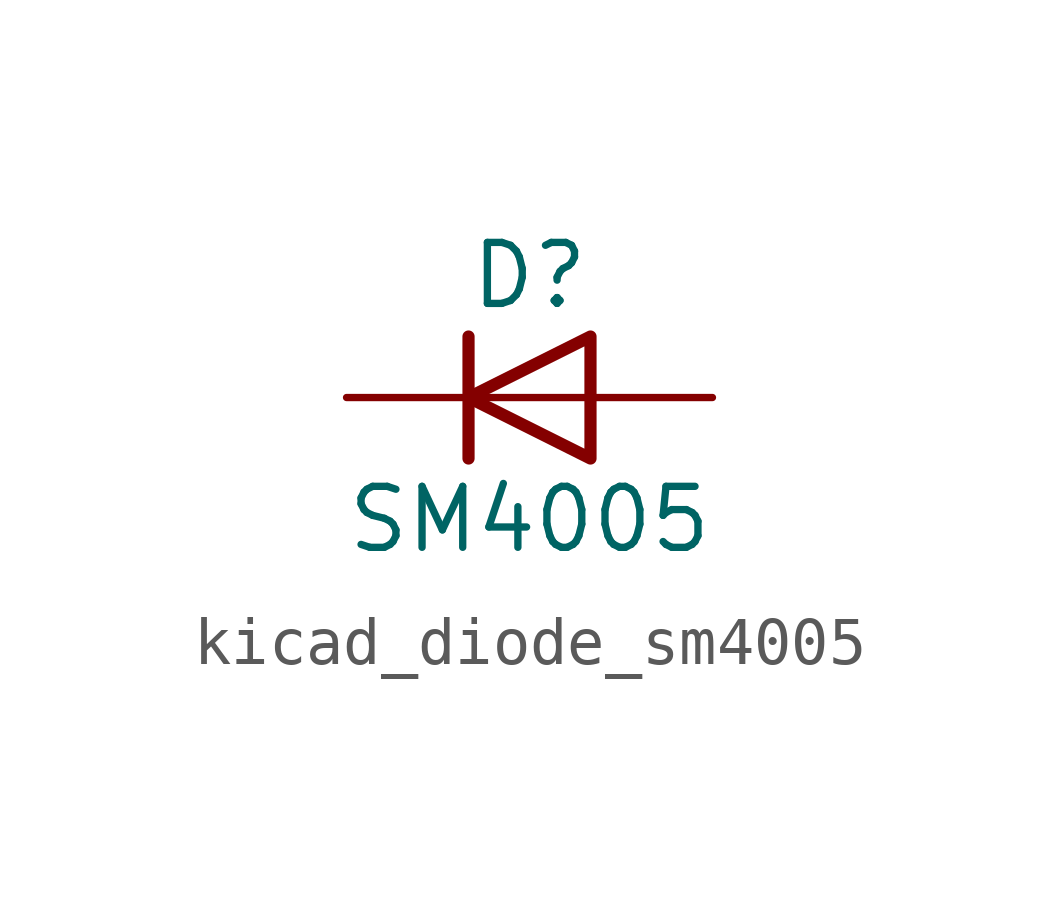
<source format=kicad_sym>
(kicad_symbol_lib
  (version 20220914)
  (generator kicad_symbol_editor)
  (symbol "kicad_diode_sm4005"
    (pin_numbers hide)
    (pin_names hide)
    (property "Reference" "D"
      (at 0 2.54 0)
      (effects (font (size 1.27 1.27))))
    (property "Value" "SM4005"
      (at 0 -2.54 0)
      (effects (font (size 1.27 1.27))))
    (symbol "kicad_diode_sm4005_0_1"
      (polyline (pts (xy -1.27 1.27) (xy -1.27 -1.27)) (stroke (width 0.254) (type default)) (fill (type none)))
      (polyline (pts (xy 1.27 0) (xy -1.27 0)) (stroke (width 0) (type default)) (fill (type none)))
      (polyline (pts (xy 1.27 1.27) (xy 1.27 -1.27) (xy -1.27 0) (xy 1.27 1.27)) (stroke (width 0.254) (type default)) (fill (type none))))
    (symbol "kicad_diode_sm4005_1_1"
      (pin passive line (at -3.81 0 0) (length 2.54) (name "K" (effects (font (size 1.27 1.27)))) (number "1" (effects (font (size 1.27 1.27)))))
      (pin passive line (at 3.81 0 180) (length 2.54) (name "A" (effects (font (size 1.27 1.27)))) (number "2" (effects (font (size 1.27 1.27))))))))
</source>
